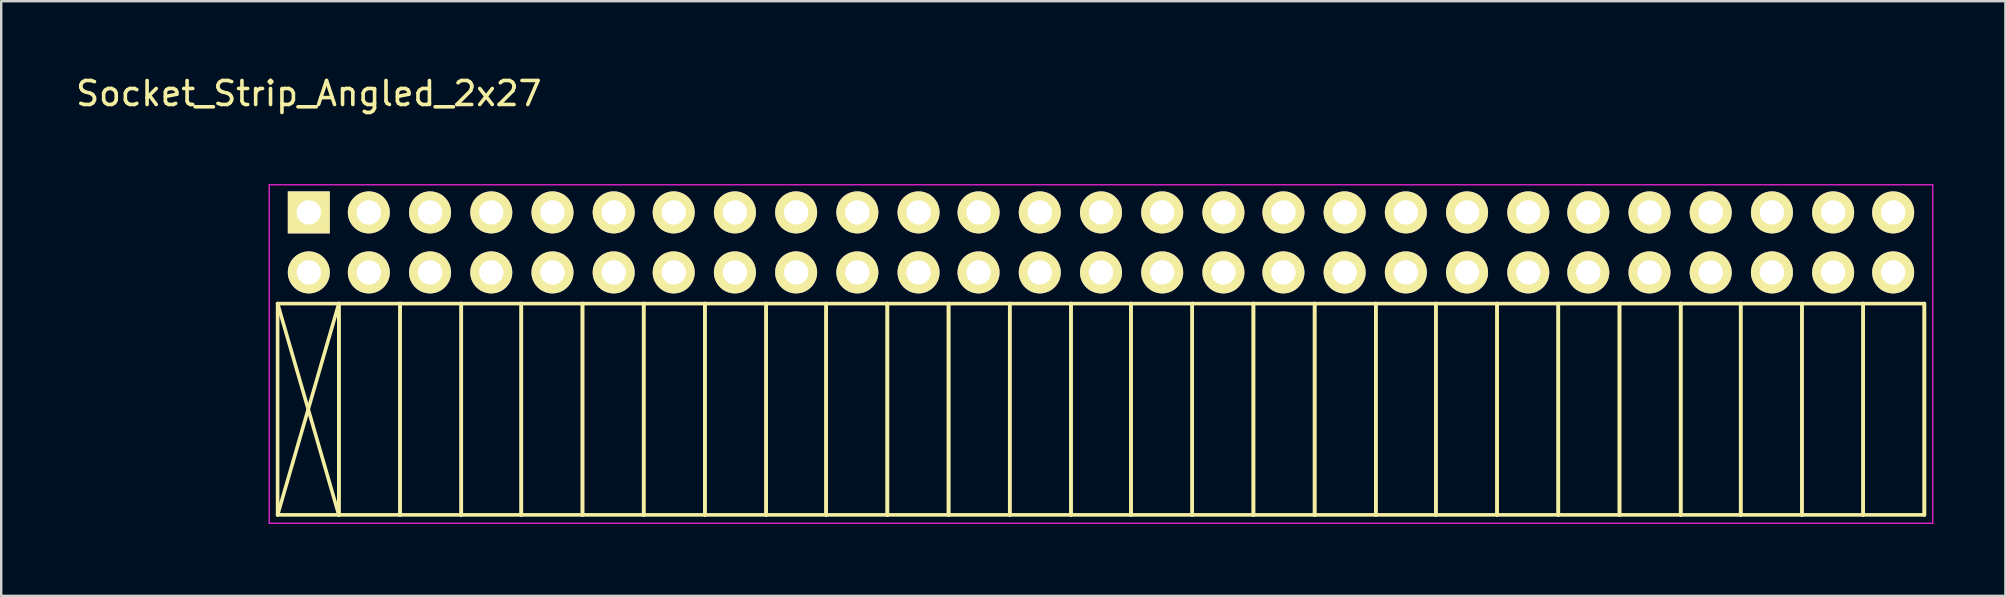
<source format=kicad_pcb>
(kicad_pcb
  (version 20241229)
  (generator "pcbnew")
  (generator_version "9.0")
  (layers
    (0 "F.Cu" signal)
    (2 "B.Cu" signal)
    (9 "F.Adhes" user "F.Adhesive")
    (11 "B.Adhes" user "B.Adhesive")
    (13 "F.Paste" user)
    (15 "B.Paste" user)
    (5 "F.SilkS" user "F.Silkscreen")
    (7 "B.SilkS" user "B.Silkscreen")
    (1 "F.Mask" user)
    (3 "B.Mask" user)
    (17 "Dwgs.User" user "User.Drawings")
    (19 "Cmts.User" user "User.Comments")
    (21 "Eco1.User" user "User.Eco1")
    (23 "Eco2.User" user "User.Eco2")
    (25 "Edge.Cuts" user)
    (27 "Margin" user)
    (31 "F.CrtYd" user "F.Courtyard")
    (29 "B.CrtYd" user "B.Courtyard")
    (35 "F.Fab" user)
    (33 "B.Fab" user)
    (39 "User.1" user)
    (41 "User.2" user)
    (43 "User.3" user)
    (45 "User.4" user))
  (footprint "Socket_Strip_Angled_2x27"
    (layer "F.Cu")
    (at 9.815 5.798)
    (property "Reference" "Socket_Strip_Angled_2x27" (at 0 -4.95 0) (layer "F.SilkS") (effects (font (size 1 1) (thickness 0.15))))
    (attr through_hole)
    (fp_line (start -1.3 3.8) (end -1.3 12.6) (stroke (width 0.15) (type solid)) (layer "F.SilkS"))
    (fp_line (start -1.3 3.8) (end 1.25 3.8) (stroke (width 0.15) (type solid)) (layer "F.SilkS"))
    (fp_line (start -1.3 3.8) (end 1.25 12.6) (stroke (width 0.15) (type solid)) (layer "F.SilkS"))
    (fp_line (start -1.3 12.6) (end 1.25 3.8) (stroke (width 0.15) (type solid)) (layer "F.SilkS"))
    (fp_line (start -1.3 12.6) (end 1.25 12.6) (stroke (width 0.15) (type solid)) (layer "F.SilkS"))
    (fp_line (start 1.25 3.8) (end 1.25 12.6) (stroke (width 0.15) (type solid)) (layer "F.SilkS"))
    (fp_line (start 1.25 3.8) (end 3.8 3.8) (stroke (width 0.15) (type solid)) (layer "F.SilkS"))
    (fp_line (start 1.25 12.6) (end 1.25 3.8) (stroke (width 0.15) (type solid)) (layer "F.SilkS"))
    (fp_line (start 1.25 12.6) (end 3.8 12.6) (stroke (width 0.15) (type solid)) (layer "F.SilkS"))
    (fp_line (start 3.8 3.8) (end 3.8 12.6) (stroke (width 0.15) (type solid)) (layer "F.SilkS"))
    (fp_line (start 3.8 3.8) (end 6.35 3.8) (stroke (width 0.15) (type solid)) (layer "F.SilkS"))
    (fp_line (start 3.8 12.6) (end 3.8 3.8) (stroke (width 0.15) (type solid)) (layer "F.SilkS"))
    (fp_line (start 3.8 12.6) (end 6.35 12.6) (stroke (width 0.15) (type solid)) (layer "F.SilkS"))
    (fp_line (start 6.35 3.8) (end 6.35 12.6) (stroke (width 0.15) (type solid)) (layer "F.SilkS"))
    (fp_line (start 6.35 3.8) (end 8.85 3.8) (stroke (width 0.15) (type solid)) (layer "F.SilkS"))
    (fp_line (start 6.35 12.6) (end 6.35 3.8) (stroke (width 0.15) (type solid)) (layer "F.SilkS"))
    (fp_line (start 6.35 12.6) (end 8.85 12.6) (stroke (width 0.15) (type solid)) (layer "F.SilkS"))
    (fp_line (start 8.85 3.8) (end 8.85 12.6) (stroke (width 0.15) (type solid)) (layer "F.SilkS"))
    (fp_line (start 8.85 3.8) (end 11.4 3.8) (stroke (width 0.15) (type solid)) (layer "F.SilkS"))
    (fp_line (start 8.85 12.6) (end 8.85 3.8) (stroke (width 0.15) (type solid)) (layer "F.SilkS"))
    (fp_line (start 8.85 12.6) (end 11.4 12.6) (stroke (width 0.15) (type solid)) (layer "F.SilkS"))
    (fp_line (start 11.4 3.8) (end 11.4 12.6) (stroke (width 0.15) (type solid)) (layer "F.SilkS"))
    (fp_line (start 11.4 3.8) (end 13.95 3.8) (stroke (width 0.15) (type solid)) (layer "F.SilkS"))
    (fp_line (start 11.4 12.6) (end 11.4 3.8) (stroke (width 0.15) (type solid)) (layer "F.SilkS"))
    (fp_line (start 11.4 12.6) (end 13.95 12.6) (stroke (width 0.15) (type solid)) (layer "F.SilkS"))
    (fp_line (start 13.95 3.8) (end 13.95 12.6) (stroke (width 0.15) (type solid)) (layer "F.SilkS"))
    (fp_line (start 13.95 3.8) (end 16.5 3.8) (stroke (width 0.15) (type solid)) (layer "F.SilkS"))
    (fp_line (start 13.95 12.6) (end 13.95 3.8) (stroke (width 0.15) (type solid)) (layer "F.SilkS"))
    (fp_line (start 13.95 12.6) (end 16.5 12.6) (stroke (width 0.15) (type solid)) (layer "F.SilkS"))
    (fp_line (start 16.5 3.8) (end 16.5 12.6) (stroke (width 0.15) (type solid)) (layer "F.SilkS"))
    (fp_line (start 16.5 3.8) (end 19.05 3.8) (stroke (width 0.15) (type solid)) (layer "F.SilkS"))
    (fp_line (start 16.5 12.6) (end 16.5 3.8) (stroke (width 0.15) (type solid)) (layer "F.SilkS"))
    (fp_line (start 16.5 12.6) (end 19.05 12.6) (stroke (width 0.15) (type solid)) (layer "F.SilkS"))
    (fp_line (start 19.05 3.8) (end 19.05 12.6) (stroke (width 0.15) (type solid)) (layer "F.SilkS"))
    (fp_line (start 19.05 3.8) (end 21.55 3.8) (stroke (width 0.15) (type solid)) (layer "F.SilkS"))
    (fp_line (start 19.05 12.6) (end 19.05 3.8) (stroke (width 0.15) (type solid)) (layer "F.SilkS"))
    (fp_line (start 19.05 12.6) (end 21.55 12.6) (stroke (width 0.15) (type solid)) (layer "F.SilkS"))
    (fp_line (start 21.55 3.8) (end 21.55 12.6) (stroke (width 0.15) (type solid)) (layer "F.SilkS"))
    (fp_line (start 21.55 3.8) (end 24.1 3.8) (stroke (width 0.15) (type solid)) (layer "F.SilkS"))
    (fp_line (start 21.55 12.6) (end 21.55 3.8) (stroke (width 0.15) (type solid)) (layer "F.SilkS"))
    (fp_line (start 21.55 12.6) (end 24.1 12.6) (stroke (width 0.15) (type solid)) (layer "F.SilkS"))
    (fp_line (start 24.1 3.8) (end 24.1 12.6) (stroke (width 0.15) (type solid)) (layer "F.SilkS"))
    (fp_line (start 24.1 3.8) (end 26.65 3.8) (stroke (width 0.15) (type solid)) (layer "F.SilkS"))
    (fp_line (start 24.1 12.6) (end 24.1 3.8) (stroke (width 0.15) (type solid)) (layer "F.SilkS"))
    (fp_line (start 24.1 12.6) (end 26.65 12.6) (stroke (width 0.15) (type solid)) (layer "F.SilkS"))
    (fp_line (start 26.65 3.8) (end 26.65 12.6) (stroke (width 0.15) (type solid)) (layer "F.SilkS"))
    (fp_line (start 26.65 3.8) (end 29.2 3.8) (stroke (width 0.15) (type solid)) (layer "F.SilkS"))
    (fp_line (start 26.65 12.6) (end 26.65 3.8) (stroke (width 0.15) (type solid)) (layer "F.SilkS"))
    (fp_line (start 26.65 12.6) (end 29.2 12.6) (stroke (width 0.15) (type solid)) (layer "F.SilkS"))
    (fp_line (start 29.2 3.8) (end 29.2 12.6) (stroke (width 0.15) (type solid)) (layer "F.SilkS"))
    (fp_line (start 29.2 3.8) (end 31.75 3.8) (stroke (width 0.15) (type solid)) (layer "F.SilkS"))
    (fp_line (start 29.2 12.6) (end 29.2 3.8) (stroke (width 0.15) (type solid)) (layer "F.SilkS"))
    (fp_line (start 29.2 12.6) (end 31.75 12.6) (stroke (width 0.15) (type solid)) (layer "F.SilkS"))
    (fp_line (start 31.75 3.8) (end 31.75 12.6) (stroke (width 0.15) (type solid)) (layer "F.SilkS"))
    (fp_line (start 31.75 3.8) (end 34.25 3.8) (stroke (width 0.15) (type solid)) (layer "F.SilkS"))
    (fp_line (start 31.75 12.6) (end 31.75 3.8) (stroke (width 0.15) (type solid)) (layer "F.SilkS"))
    (fp_line (start 31.75 12.6) (end 34.25 12.6) (stroke (width 0.15) (type solid)) (layer "F.SilkS"))
    (fp_line (start 34.25 3.8) (end 34.25 12.6) (stroke (width 0.15) (type solid)) (layer "F.SilkS"))
    (fp_line (start 34.25 3.8) (end 36.8 3.8) (stroke (width 0.15) (type solid)) (layer "F.SilkS"))
    (fp_line (start 34.25 12.6) (end 34.25 3.8) (stroke (width 0.15) (type solid)) (layer "F.SilkS"))
    (fp_line (start 34.25 12.6) (end 36.8 12.6) (stroke (width 0.15) (type solid)) (layer "F.SilkS"))
    (fp_line (start 36.8 3.8) (end 36.8 12.6) (stroke (width 0.15) (type solid)) (layer "F.SilkS"))
    (fp_line (start 36.8 3.8) (end 39.35 3.8) (stroke (width 0.15) (type solid)) (layer "F.SilkS"))
    (fp_line (start 36.8 12.6) (end 36.8 3.8) (stroke (width 0.15) (type solid)) (layer "F.SilkS"))
    (fp_line (start 36.8 12.6) (end 39.35 12.6) (stroke (width 0.15) (type solid)) (layer "F.SilkS"))
    (fp_line (start 39.35 3.8) (end 39.35 12.6) (stroke (width 0.15) (type solid)) (layer "F.SilkS"))
    (fp_line (start 39.35 3.8) (end 41.9 3.8) (stroke (width 0.15) (type solid)) (layer "F.SilkS"))
    (fp_line (start 39.35 12.6) (end 39.35 3.8) (stroke (width 0.15) (type solid)) (layer "F.SilkS"))
    (fp_line (start 39.35 12.6) (end 41.9 12.6) (stroke (width 0.15) (type solid)) (layer "F.SilkS"))
    (fp_line (start 41.9 3.8) (end 41.9 12.6) (stroke (width 0.15) (type solid)) (layer "F.SilkS"))
    (fp_line (start 41.9 3.8) (end 44.45 3.8) (stroke (width 0.15) (type solid)) (layer "F.SilkS"))
    (fp_line (start 41.9 12.6) (end 41.9 3.8) (stroke (width 0.15) (type solid)) (layer "F.SilkS"))
    (fp_line (start 41.9 12.6) (end 44.45 12.6) (stroke (width 0.15) (type solid)) (layer "F.SilkS"))
    (fp_line (start 44.45 3.8) (end 44.45 12.6) (stroke (width 0.15) (type solid)) (layer "F.SilkS"))
    (fp_line (start 44.45 3.8) (end 46.95 3.8) (stroke (width 0.15) (type solid)) (layer "F.SilkS"))
    (fp_line (start 44.45 12.6) (end 44.45 3.8) (stroke (width 0.15) (type solid)) (layer "F.SilkS"))
    (fp_line (start 44.45 12.6) (end 46.95 12.6) (stroke (width 0.15) (type solid)) (layer "F.SilkS"))
    (fp_line (start 46.95 3.8) (end 46.95 12.6) (stroke (width 0.15) (type solid)) (layer "F.SilkS"))
    (fp_line (start 46.95 3.8) (end 49.5 3.8) (stroke (width 0.15) (type solid)) (layer "F.SilkS"))
    (fp_line (start 46.95 12.6) (end 46.95 3.8) (stroke (width 0.15) (type solid)) (layer "F.SilkS"))
    (fp_line (start 46.95 12.6) (end 49.5 12.6) (stroke (width 0.15) (type solid)) (layer "F.SilkS"))
    (fp_line (start 49.5 3.8) (end 49.5 12.6) (stroke (width 0.15) (type solid)) (layer "F.SilkS"))
    (fp_line (start 49.5 3.8) (end 52.05 3.8) (stroke (width 0.15) (type solid)) (layer "F.SilkS"))
    (fp_line (start 49.5 12.6) (end 49.5 3.8) (stroke (width 0.15) (type solid)) (layer "F.SilkS"))
    (fp_line (start 49.5 12.6) (end 52.05 12.6) (stroke (width 0.15) (type solid)) (layer "F.SilkS"))
    (fp_line (start 52.05 3.8) (end 52.05 12.6) (stroke (width 0.15) (type solid)) (layer "F.SilkS"))
    (fp_line (start 52.05 3.8) (end 54.6 3.8) (stroke (width 0.15) (type solid)) (layer "F.SilkS"))
    (fp_line (start 52.05 12.6) (end 52.05 3.8) (stroke (width 0.15) (type solid)) (layer "F.SilkS"))
    (fp_line (start 52.05 12.6) (end 54.6 12.6) (stroke (width 0.15) (type solid)) (layer "F.SilkS"))
    (fp_line (start 54.6 3.8) (end 54.6 12.6) (stroke (width 0.15) (type solid)) (layer "F.SilkS"))
    (fp_line (start 54.6 3.8) (end 57.15 3.8) (stroke (width 0.15) (type solid)) (layer "F.SilkS"))
    (fp_line (start 54.6 12.6) (end 54.6 3.8) (stroke (width 0.15) (type solid)) (layer "F.SilkS"))
    (fp_line (start 54.6 12.6) (end 57.15 12.6) (stroke (width 0.15) (type solid)) (layer "F.SilkS"))
    (fp_line (start 57.15 3.8) (end 57.15 12.6) (stroke (width 0.15) (type solid)) (layer "F.SilkS"))
    (fp_line (start 57.15 3.8) (end 59.65 3.8) (stroke (width 0.15) (type solid)) (layer "F.SilkS"))
    (fp_line (start 57.15 12.6) (end 57.15 3.8) (stroke (width 0.15) (type solid)) (layer "F.SilkS"))
    (fp_line (start 57.15 12.6) (end 59.65 12.6) (stroke (width 0.15) (type solid)) (layer "F.SilkS"))
    (fp_line (start 59.65 3.8) (end 59.65 12.6) (stroke (width 0.15) (type solid)) (layer "F.SilkS"))
    (fp_line (start 59.65 3.8) (end 62.2 3.8) (stroke (width 0.15) (type solid)) (layer "F.SilkS"))
    (fp_line (start 59.65 12.6) (end 59.65 3.8) (stroke (width 0.15) (type solid)) (layer "F.SilkS"))
    (fp_line (start 59.65 12.6) (end 62.2 12.6) (stroke (width 0.15) (type solid)) (layer "F.SilkS"))
    (fp_line (start 62.2 3.8) (end 62.2 12.6) (stroke (width 0.15) (type solid)) (layer "F.SilkS"))
    (fp_line (start 62.2 3.8) (end 64.75 3.8) (stroke (width 0.15) (type solid)) (layer "F.SilkS"))
    (fp_line (start 62.2 12.6) (end 62.2 3.8) (stroke (width 0.15) (type solid)) (layer "F.SilkS"))
    (fp_line (start 62.2 12.6) (end 64.75 12.6) (stroke (width 0.15) (type solid)) (layer "F.SilkS"))
    (fp_line (start 64.75 3.8) (end 64.75 12.6) (stroke (width 0.15) (type solid)) (layer "F.SilkS"))
    (fp_line (start 64.75 3.8) (end 67.3 3.8) (stroke (width 0.15) (type solid)) (layer "F.SilkS"))
    (fp_line (start 64.75 12.6) (end 64.75 3.8) (stroke (width 0.15) (type solid)) (layer "F.SilkS"))
    (fp_line (start 64.75 12.6) (end 67.3 12.6) (stroke (width 0.15) (type solid)) (layer "F.SilkS"))
    (fp_line (start 67.3 3.8) (end 67.3 12.6) (stroke (width 0.15) (type solid)) (layer "F.SilkS"))
    (fp_line (start 67.3 12.6) (end 67.3 3.8) (stroke (width 0.15) (type solid)) (layer "F.SilkS"))
    (fp_line (start -1.65 -1.15) (end -1.65 12.95) (stroke (width 0.05) (type solid)) (layer "F.CrtYd"))
    (fp_line (start -1.65 -1.15) (end 67.65 -1.15) (stroke (width 0.05) (type solid)) (layer "F.CrtYd"))
    (fp_line (start -1.65 12.95) (end 67.65 12.95) (stroke (width 0.05) (type solid)) (layer "F.CrtYd"))
    (fp_line (start 67.65 -1.15) (end 67.65 12.95) (stroke (width 0.05) (type solid)) (layer "F.CrtYd"))
    (pad "1" thru_hole rect (at 0 0) (size 1.75 1.75) (drill 1.016) (layers "*.Cu" "*.Mask" "F.SilkS"))
    (pad "2" thru_hole oval (at 0 2.5) (size 1.75 1.75) (drill 1.016) (layers "*.Cu" "*.Mask" "F.SilkS"))
    (pad "3" thru_hole oval (at 2.5 0) (size 1.75 1.75) (drill 1.016) (layers "*.Cu" "*.Mask" "F.SilkS"))
    (pad "4" thru_hole oval (at 2.5 2.5) (size 1.75 1.75) (drill 1.016) (layers "*.Cu" "*.Mask" "F.SilkS"))
    (pad "5" thru_hole oval (at 5.05 0) (size 1.75 1.75) (drill 1.016) (layers "*.Cu" "*.Mask" "F.SilkS"))
    (pad "6" thru_hole oval (at 5.05 2.5) (size 1.75 1.75) (drill 1.016) (layers "*.Cu" "*.Mask" "F.SilkS"))
    (pad "7" thru_hole oval (at 7.6 0) (size 1.75 1.75) (drill 1.016) (layers "*.Cu" "*.Mask" "F.SilkS"))
    (pad "8" thru_hole oval (at 7.6 2.5) (size 1.75 1.75) (drill 1.016) (layers "*.Cu" "*.Mask" "F.SilkS"))
    (pad "9" thru_hole oval (at 10.15 0) (size 1.75 1.75) (drill 1.016) (layers "*.Cu" "*.Mask" "F.SilkS"))
    (pad "10" thru_hole oval (at 10.15 2.5) (size 1.75 1.75) (drill 1.016) (layers "*.Cu" "*.Mask" "F.SilkS"))
    (pad "11" thru_hole oval (at 12.7 0) (size 1.75 1.75) (drill 1.016) (layers "*.Cu" "*.Mask" "F.SilkS"))
    (pad "12" thru_hole oval (at 12.7 2.5) (size 1.75 1.75) (drill 1.016) (layers "*.Cu" "*.Mask" "F.SilkS"))
    (pad "13" thru_hole oval (at 15.2 0) (size 1.75 1.75) (drill 1.016) (layers "*.Cu" "*.Mask" "F.SilkS"))
    (pad "14" thru_hole oval (at 15.2 2.5) (size 1.75 1.75) (drill 1.016) (layers "*.Cu" "*.Mask" "F.SilkS"))
    (pad "15" thru_hole oval (at 17.75 0) (size 1.75 1.75) (drill 1.016) (layers "*.Cu" "*.Mask" "F.SilkS"))
    (pad "16" thru_hole oval (at 17.75 2.5) (size 1.75 1.75) (drill 1.016) (layers "*.Cu" "*.Mask" "F.SilkS"))
    (pad "17" thru_hole oval (at 20.3 0) (size 1.75 1.75) (drill 1.016) (layers "*.Cu" "*.Mask" "F.SilkS"))
    (pad "18" thru_hole oval (at 20.3 2.5) (size 1.75 1.75) (drill 1.016) (layers "*.Cu" "*.Mask" "F.SilkS"))
    (pad "19" thru_hole oval (at 22.85 0) (size 1.75 1.75) (drill 1.016) (layers "*.Cu" "*.Mask" "F.SilkS"))
    (pad "20" thru_hole oval (at 22.85 2.5) (size 1.75 1.75) (drill 1.016) (layers "*.Cu" "*.Mask" "F.SilkS"))
    (pad "21" thru_hole oval (at 25.4 0) (size 1.75 1.75) (drill 1.016) (layers "*.Cu" "*.Mask" "F.SilkS"))
    (pad "22" thru_hole oval (at 25.4 2.5) (size 1.75 1.75) (drill 1.016) (layers "*.Cu" "*.Mask" "F.SilkS"))
    (pad "23" thru_hole oval (at 27.9 0) (size 1.75 1.75) (drill 1.016) (layers "*.Cu" "*.Mask" "F.SilkS"))
    (pad "24" thru_hole oval (at 27.9 2.5) (size 1.75 1.75) (drill 1.016) (layers "*.Cu" "*.Mask" "F.SilkS"))
    (pad "25" thru_hole oval (at 30.45 0) (size 1.75 1.75) (drill 1.016) (layers "*.Cu" "*.Mask" "F.SilkS"))
    (pad "26" thru_hole oval (at 30.45 2.5) (size 1.75 1.75) (drill 1.016) (layers "*.Cu" "*.Mask" "F.SilkS"))
    (pad "27" thru_hole oval (at 33 0) (size 1.75 1.75) (drill 1.016) (layers "*.Cu" "*.Mask" "F.SilkS"))
    (pad "28" thru_hole oval (at 33 2.5) (size 1.75 1.75) (drill 1.016) (layers "*.Cu" "*.Mask" "F.SilkS"))
    (pad "29" thru_hole oval (at 35.55 0) (size 1.75 1.75) (drill 1.016) (layers "*.Cu" "*.Mask" "F.SilkS"))
    (pad "30" thru_hole oval (at 35.55 2.5) (size 1.75 1.75) (drill 1.016) (layers "*.Cu" "*.Mask" "F.SilkS"))
    (pad "31" thru_hole oval (at 38.1 0) (size 1.75 1.75) (drill 1.016) (layers "*.Cu" "*.Mask" "F.SilkS"))
    (pad "32" thru_hole oval (at 38.1 2.5) (size 1.75 1.75) (drill 1.016) (layers "*.Cu" "*.Mask" "F.SilkS"))
    (pad "33" thru_hole oval (at 40.6 0) (size 1.75 1.75) (drill 1.016) (layers "*.Cu" "*.Mask" "F.SilkS"))
    (pad "34" thru_hole oval (at 40.6 2.5) (size 1.75 1.75) (drill 1.016) (layers "*.Cu" "*.Mask" "F.SilkS"))
    (pad "35" thru_hole oval (at 43.15 0) (size 1.75 1.75) (drill 1.016) (layers "*.Cu" "*.Mask" "F.SilkS"))
    (pad "36" thru_hole oval (at 43.15 2.5) (size 1.75 1.75) (drill 1.016) (layers "*.Cu" "*.Mask" "F.SilkS"))
    (pad "37" thru_hole oval (at 45.7 0) (size 1.75 1.75) (drill 1.016) (layers "*.Cu" "*.Mask" "F.SilkS"))
    (pad "38" thru_hole oval (at 45.7 2.5) (size 1.75 1.75) (drill 1.016) (layers "*.Cu" "*.Mask" "F.SilkS"))
    (pad "39" thru_hole oval (at 48.25 0) (size 1.75 1.75) (drill 1.016) (layers "*.Cu" "*.Mask" "F.SilkS"))
    (pad "40" thru_hole oval (at 48.25 2.5) (size 1.75 1.75) (drill 1.016) (layers "*.Cu" "*.Mask" "F.SilkS"))
    (pad "41" thru_hole oval (at 50.8 0) (size 1.75 1.75) (drill 1.016) (layers "*.Cu" "*.Mask" "F.SilkS"))
    (pad "42" thru_hole oval (at 50.8 2.5) (size 1.75 1.75) (drill 1.016) (layers "*.Cu" "*.Mask" "F.SilkS"))
    (pad "43" thru_hole oval (at 53.3 0) (size 1.75 1.75) (drill 1.016) (layers "*.Cu" "*.Mask" "F.SilkS"))
    (pad "44" thru_hole oval (at 53.3 2.5) (size 1.75 1.75) (drill 1.016) (layers "*.Cu" "*.Mask" "F.SilkS"))
    (pad "45" thru_hole oval (at 55.85 0) (size 1.75 1.75) (drill 1.016) (layers "*.Cu" "*.Mask" "F.SilkS"))
    (pad "46" thru_hole oval (at 55.85 2.5) (size 1.75 1.75) (drill 1.016) (layers "*.Cu" "*.Mask" "F.SilkS"))
    (pad "47" thru_hole oval (at 58.4 0) (size 1.75 1.75) (drill 1.016) (layers "*.Cu" "*.Mask" "F.SilkS"))
    (pad "48" thru_hole oval (at 58.4 2.5) (size 1.75 1.75) (drill 1.016) (layers "*.Cu" "*.Mask" "F.SilkS"))
    (pad "49" thru_hole oval (at 60.95 0) (size 1.75 1.75) (drill 1.016) (layers "*.Cu" "*.Mask" "F.SilkS"))
    (pad "50" thru_hole oval (at 60.95 2.5) (size 1.75 1.75) (drill 1.016) (layers "*.Cu" "*.Mask" "F.SilkS"))
    (pad "51" thru_hole oval (at 63.5 0) (size 1.75 1.75) (drill 1.016) (layers "*.Cu" "*.Mask" "F.SilkS"))
    (pad "52" thru_hole oval (at 63.5 2.5) (size 1.75 1.75) (drill 1.016) (layers "*.Cu" "*.Mask" "F.SilkS"))
    (pad "53" thru_hole oval (at 66 0) (size 1.75 1.75) (drill 1.016) (layers "*.Cu" "*.Mask" "F.SilkS"))
    (pad "54" thru_hole oval (at 66 2.5) (size 1.75 1.75) (drill 1.016) (layers "*.Cu" "*.Mask" "F.SilkS")))
  (gr_rect
    (start -3 -3)
    (end 80.49 21.773)
    (stroke (width 0.1) (type default))
    (fill no)
    (layer "Edge.Cuts")))
</source>
